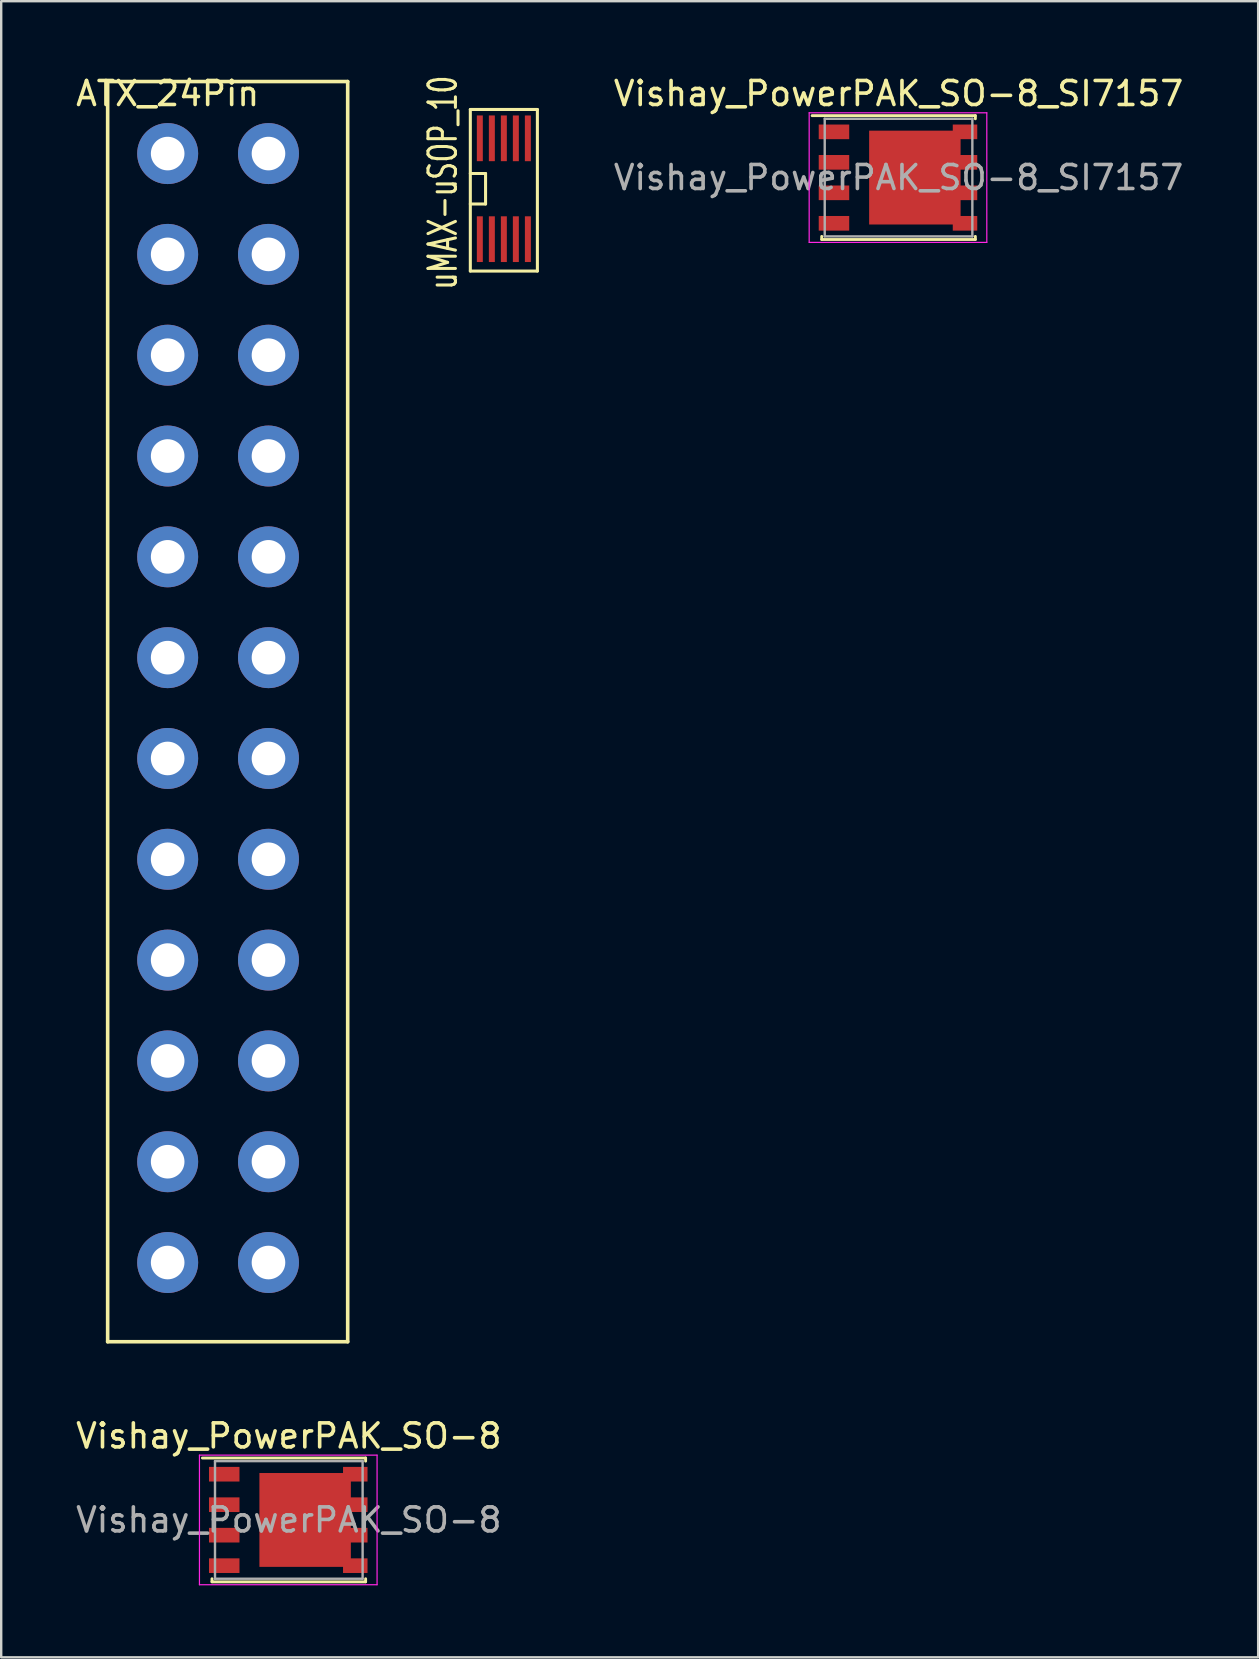
<source format=kicad_pcb>
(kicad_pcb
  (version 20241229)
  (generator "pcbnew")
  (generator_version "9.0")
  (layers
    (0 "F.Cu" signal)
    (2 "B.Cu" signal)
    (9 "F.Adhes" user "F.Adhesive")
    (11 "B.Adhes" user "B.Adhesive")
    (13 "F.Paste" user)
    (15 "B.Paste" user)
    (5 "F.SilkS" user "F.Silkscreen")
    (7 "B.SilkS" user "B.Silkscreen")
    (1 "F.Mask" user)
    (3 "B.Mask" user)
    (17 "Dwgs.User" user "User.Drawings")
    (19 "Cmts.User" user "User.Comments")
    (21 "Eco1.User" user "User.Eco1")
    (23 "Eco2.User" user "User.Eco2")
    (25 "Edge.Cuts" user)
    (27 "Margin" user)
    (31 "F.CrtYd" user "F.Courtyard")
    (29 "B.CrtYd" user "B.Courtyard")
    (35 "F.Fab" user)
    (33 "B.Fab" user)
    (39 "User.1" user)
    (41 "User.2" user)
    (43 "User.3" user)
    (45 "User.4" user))
  (footprint "uMAX-uSOP_10"
    (layer "F.Cu")
    (at 17.941 4.813)
    (property "Reference" "uMAX-uSOP_10" (at -2.54 -0.254 90) (layer "F.SilkS") (effects (font (size 1.143 0.762) (thickness 0.127))))
    (attr smd)
    (fp_line (start -1.397 -3.302) (end 1.397 -3.302) (stroke (width 0.127) (type solid)) (layer "F.SilkS"))
    (fp_line (start -1.397 -0.635) (end -0.762 -0.635) (stroke (width 0.127) (type solid)) (layer "F.SilkS"))
    (fp_line (start -1.397 3.429) (end -1.397 -3.302) (stroke (width 0.127) (type solid)) (layer "F.SilkS"))
    (fp_line (start -0.762 -0.635) (end -0.762 0.635) (stroke (width 0.127) (type solid)) (layer "F.SilkS"))
    (fp_line (start -0.762 0.635) (end -1.397 0.635) (stroke (width 0.127) (type solid)) (layer "F.SilkS"))
    (fp_line (start 1.397 -3.302) (end 1.397 3.429) (stroke (width 0.127) (type solid)) (layer "F.SilkS"))
    (fp_line (start 1.397 3.429) (end -1.397 3.429) (stroke (width 0.127) (type solid)) (layer "F.SilkS"))
    (pad "1" smd rect (at -1.001 2.101) (size 0.249 1.905) (layers "F.Cu" "F.Mask" "F.Paste"))
    (pad "2" smd rect (at -0.5 2.101) (size 0.249 1.905) (layers "F.Cu" "F.Mask" "F.Paste"))
    (pad "3" smd rect (at 0 2.101) (size 0.249 1.905) (layers "F.Cu" "F.Mask" "F.Paste"))
    (pad "4" smd rect (at 0.5 2.101) (size 0.249 1.905) (layers "F.Cu" "F.Mask" "F.Paste"))
    (pad "5" smd rect (at 1.001 2.101) (size 0.249 1.905) (layers "F.Cu" "F.Mask" "F.Paste"))
    (pad "6" smd rect (at 1 -2.1) (size 0.249 1.905) (layers "F.Cu" "F.Mask" "F.Paste"))
    (pad "7" smd rect (at 0.5 -2.1) (size 0.249 1.905) (layers "F.Cu" "F.Mask" "F.Paste"))
    (pad "8" smd rect (at 0 -2.101) (size 0.249 1.905) (layers "F.Cu" "F.Mask" "F.Paste"))
    (pad "9" smd rect (at -0.5 -2.101) (size 0.249 1.905) (layers "F.Cu" "F.Mask" "F.Paste"))
    (pad "10" smd rect (at -1.001 -2.101) (size 0.249 1.905) (layers "F.Cu" "F.Mask" "F.Paste")))
  (footprint "Vishay_PowerPAK_SO-8"
    (layer "F.Cu")
    (at 8.959 60.272)
    (property "Reference" "Vishay_PowerPAK_SO-8" (at 0.023 -3.5 0) (layer "F.SilkS") (effects (font (size 1 1) (thickness 0.15))))
    (attr smd)
    (fp_line (start -3.577 -2.58) (end 3.223 -2.58) (stroke (width 0.12) (type solid)) (layer "F.SilkS"))
    (fp_line (start -3.177 2.575) (end -3.177 2.45) (stroke (width 0.12) (type solid)) (layer "F.SilkS"))
    (fp_line (start -3.177 2.58) (end 3.223 2.58) (stroke (width 0.12) (type solid)) (layer "F.SilkS"))
    (fp_line (start 3.223 -2.58) (end 3.223 -2.45) (stroke (width 0.12) (type solid)) (layer "F.SilkS"))
    (fp_line (start 3.223 2.575) (end 3.223 2.45) (stroke (width 0.12) (type solid)) (layer "F.SilkS"))
    (fp_line (start -3.7 -2.7) (end -3.7 2.7) (stroke (width 0.05) (type solid)) (layer "F.CrtYd"))
    (fp_line (start -3.7 -2.7) (end 3.7 -2.7) (stroke (width 0.05) (type solid)) (layer "F.CrtYd"))
    (fp_line (start -3.7 2.7) (end 3.7 2.7) (stroke (width 0.05) (type solid)) (layer "F.CrtYd"))
    (fp_line (start 3.7 -2.7) (end 3.7 2.7) (stroke (width 0.05) (type solid)) (layer "F.CrtYd"))
    (fp_line (start -3.052 -2.45) (end -3.052 2.45) (stroke (width 0.1) (type solid)) (layer "F.Fab"))
    (fp_line (start -3.052 -2.45) (end 3.098 -2.45) (stroke (width 0.1) (type solid)) (layer "F.Fab"))
    (fp_line (start 3.098 -2.45) (end 3.098 2.45) (stroke (width 0.1) (type solid)) (layer "F.Fab"))
    (fp_line (start 3.098 2.45) (end -3.052 2.45) (stroke (width 0.1) (type solid)) (layer "F.Fab"))
    (fp_text user "${REFERENCE}" (at 0.023 0 0) (layer "F.Fab") (effects (font (size 1 1) (thickness 0.15))))
    (pad "1" smd rect (at -2.667 1.905) (size 1.27 0.61) (layers "F.Cu" "F.Mask" "F.Paste"))
    (pad "2" smd rect (at -2.667 -1.905) (size 1.27 0.61) (layers "F.Cu" "F.Mask" "F.Paste"))
    (pad "2" smd rect (at -2.667 -0.635) (size 1.27 0.61) (layers "F.Cu" "F.Mask" "F.Paste"))
    (pad "2" smd rect (at -2.667 0.635) (size 1.27 0.61) (layers "F.Cu" "F.Mask" "F.Paste"))
    (pad "3" smd rect (at 0.703 0) (size 3.81 3.91) (layers "F.Cu" "F.Mask" "F.Paste"))
    (pad "3" smd rect (at 2.792 -1.905) (size 1.02 0.61) (layers "F.Cu" "F.Mask" "F.Paste"))
    (pad "3" smd rect (at 2.792 -0.635) (size 1.02 0.61) (layers "F.Cu" "F.Mask" "F.Paste"))
    (pad "3" smd rect (at 2.792 0.635) (size 1.02 0.61) (layers "F.Cu" "F.Mask" "F.Paste"))
    (pad "3" smd rect (at 2.792 1.905) (size 1.02 0.61) (layers "F.Cu" "F.Mask" "F.Paste")))
  (footprint "Vishay_PowerPAK_SO-8_SI7157"
    (layer "F.Cu")
    (at 34.361 4.348)
    (property "Reference" "Vishay_PowerPAK_SO-8_SI7157" (at 0.023 -3.5 0) (layer "F.SilkS") (effects (font (size 1 1) (thickness 0.15))))
    (attr smd)
    (fp_line (start -3.577 -2.58) (end 3.223 -2.58) (stroke (width 0.12) (type solid)) (layer "F.SilkS"))
    (fp_line (start -3.177 2.575) (end -3.177 2.45) (stroke (width 0.12) (type solid)) (layer "F.SilkS"))
    (fp_line (start -3.177 2.58) (end 3.223 2.58) (stroke (width 0.12) (type solid)) (layer "F.SilkS"))
    (fp_line (start 3.223 -2.58) (end 3.223 -2.45) (stroke (width 0.12) (type solid)) (layer "F.SilkS"))
    (fp_line (start 3.223 2.575) (end 3.223 2.45) (stroke (width 0.12) (type solid)) (layer "F.SilkS"))
    (fp_line (start -3.7 -2.7) (end -3.7 2.7) (stroke (width 0.05) (type solid)) (layer "F.CrtYd"))
    (fp_line (start -3.7 -2.7) (end 3.7 -2.7) (stroke (width 0.05) (type solid)) (layer "F.CrtYd"))
    (fp_line (start -3.7 2.7) (end 3.7 2.7) (stroke (width 0.05) (type solid)) (layer "F.CrtYd"))
    (fp_line (start 3.7 -2.7) (end 3.7 2.7) (stroke (width 0.05) (type solid)) (layer "F.CrtYd"))
    (fp_line (start -3.052 -2.45) (end -3.052 2.45) (stroke (width 0.1) (type solid)) (layer "F.Fab"))
    (fp_line (start -3.052 -2.45) (end 3.098 -2.45) (stroke (width 0.1) (type solid)) (layer "F.Fab"))
    (fp_line (start 3.098 -2.45) (end 3.098 2.45) (stroke (width 0.1) (type solid)) (layer "F.Fab"))
    (fp_line (start 3.098 2.45) (end -3.052 2.45) (stroke (width 0.1) (type solid)) (layer "F.Fab"))
    (fp_text user "${REFERENCE}" (at 0.023 0 0) (layer "F.Fab") (effects (font (size 1 1) (thickness 0.15))))
    (pad "1" smd rect (at -2.667 -1.905) (size 1.27 0.61) (layers "F.Cu" "F.Mask" "F.Paste"))
    (pad "1" smd rect (at -2.667 -0.635) (size 1.27 0.61) (layers "F.Cu" "F.Mask" "F.Paste"))
    (pad "1" smd rect (at -2.667 0.635) (size 1.27 0.61) (layers "F.Cu" "F.Mask" "F.Paste"))
    (pad "2" smd rect (at -2.667 1.905) (size 1.27 0.61) (layers "F.Cu" "F.Mask" "F.Paste"))
    (pad "3" smd rect (at 0.703 0) (size 3.81 3.91) (layers "F.Cu" "F.Mask" "F.Paste"))
    (pad "3" smd rect (at 2.792 -1.905) (size 1.02 0.61) (layers "F.Cu" "F.Mask" "F.Paste"))
    (pad "3" smd rect (at 2.792 -0.635) (size 1.02 0.61) (layers "F.Cu" "F.Mask" "F.Paste"))
    (pad "3" smd rect (at 2.792 0.635) (size 1.02 0.61) (layers "F.Cu" "F.Mask" "F.Paste"))
    (pad "3" smd rect (at 2.792 1.905) (size 1.02 0.61) (layers "F.Cu" "F.Mask" "F.Paste")))
  (footprint "ATX_24Pin"
    (layer "F.Cu")
    (at 3.935 0.348)
    (property "Reference" "ATX_24Pin" (at 0 0.5 0) (layer "F.SilkS") (effects (font (size 1 1) (thickness 0.15))))
    (attr through_hole)
    (fp_line (start -2.5 0) (end -2.5 52.5) (stroke (width 0.15) (type solid)) (layer "F.SilkS"))
    (fp_line (start -2.5 52.5) (end 7.5 52.5) (stroke (width 0.15) (type solid)) (layer "F.SilkS"))
    (fp_line (start 7.5 0) (end -2.5 0) (stroke (width 0.15) (type solid)) (layer "F.SilkS"))
    (fp_line (start 7.5 52.5) (end 7.5 0) (stroke (width 0.15) (type solid)) (layer "F.SilkS"))
    (pad "1" thru_hole circle (at 0 3) (size 2.54 2.54) (drill 1.4) (layers "*.Cu" "*.Mask"))
    (pad "2" thru_hole circle (at 0 7.2) (size 2.54 2.54) (drill 1.4) (layers "*.Cu" "*.Mask"))
    (pad "3" thru_hole circle (at 0 11.4) (size 2.54 2.54) (drill 1.4) (layers "*.Cu" "*.Mask"))
    (pad "4" thru_hole circle (at 0 15.6) (size 2.54 2.54) (drill 1.4) (layers "*.Cu" "*.Mask"))
    (pad "5" thru_hole circle (at 0 19.8) (size 2.54 2.54) (drill 1.4) (layers "*.Cu" "*.Mask"))
    (pad "6" thru_hole circle (at 0 24) (size 2.54 2.54) (drill 1.4) (layers "*.Cu" "*.Mask"))
    (pad "7" thru_hole circle (at 0 28.2) (size 2.54 2.54) (drill 1.4) (layers "*.Cu" "*.Mask"))
    (pad "8" thru_hole circle (at 0 32.4) (size 2.54 2.54) (drill 1.4) (layers "*.Cu" "*.Mask"))
    (pad "9" thru_hole circle (at 0 36.6) (size 2.54 2.54) (drill 1.4) (layers "*.Cu" "*.Mask"))
    (pad "10" thru_hole circle (at 0 40.8) (size 2.54 2.54) (drill 1.4) (layers "*.Cu" "*.Mask"))
    (pad "11" thru_hole circle (at 0 45) (size 2.54 2.54) (drill 1.4) (layers "*.Cu" "*.Mask"))
    (pad "12" thru_hole circle (at 0 49.2) (size 2.54 2.54) (drill 1.4) (layers "*.Cu" "*.Mask"))
    (pad "13" thru_hole circle (at 4.2 3) (size 2.54 2.54) (drill 1.4) (layers "*.Cu" "*.Mask"))
    (pad "14" thru_hole circle (at 4.2 7.2) (size 2.54 2.54) (drill 1.4) (layers "*.Cu" "*.Mask"))
    (pad "15" thru_hole circle (at 4.2 11.4) (size 2.54 2.54) (drill 1.4) (layers "*.Cu" "*.Mask"))
    (pad "16" thru_hole circle (at 4.2 15.6) (size 2.54 2.54) (drill 1.4) (layers "*.Cu" "*.Mask"))
    (pad "17" thru_hole circle (at 4.2 19.8) (size 2.54 2.54) (drill 1.4) (layers "*.Cu" "*.Mask"))
    (pad "18" thru_hole circle (at 4.2 24) (size 2.54 2.54) (drill 1.4) (layers "*.Cu" "*.Mask"))
    (pad "19" thru_hole circle (at 4.2 28.2) (size 2.54 2.54) (drill 1.4) (layers "*.Cu" "*.Mask"))
    (pad "20" thru_hole circle (at 4.2 32.4) (size 2.54 2.54) (drill 1.4) (layers "*.Cu" "*.Mask"))
    (pad "21" thru_hole circle (at 4.2 36.6) (size 2.54 2.54) (drill 1.4) (layers "*.Cu" "*.Mask"))
    (pad "22" thru_hole circle (at 4.2 40.8) (size 2.54 2.54) (drill 1.4) (layers "*.Cu" "*.Mask"))
    (pad "23" thru_hole circle (at 4.2 45) (size 2.54 2.54) (drill 1.4) (layers "*.Cu" "*.Mask"))
    (pad "24" thru_hole circle (at 4.2 49.2) (size 2.54 2.54) (drill 1.4) (layers "*.Cu" "*.Mask")))
  (gr_rect
    (start -3 -3)
    (end 49.366 65.996)
    (stroke (width 0.1) (type default))
    (fill no)
    (layer "Edge.Cuts")))
</source>
